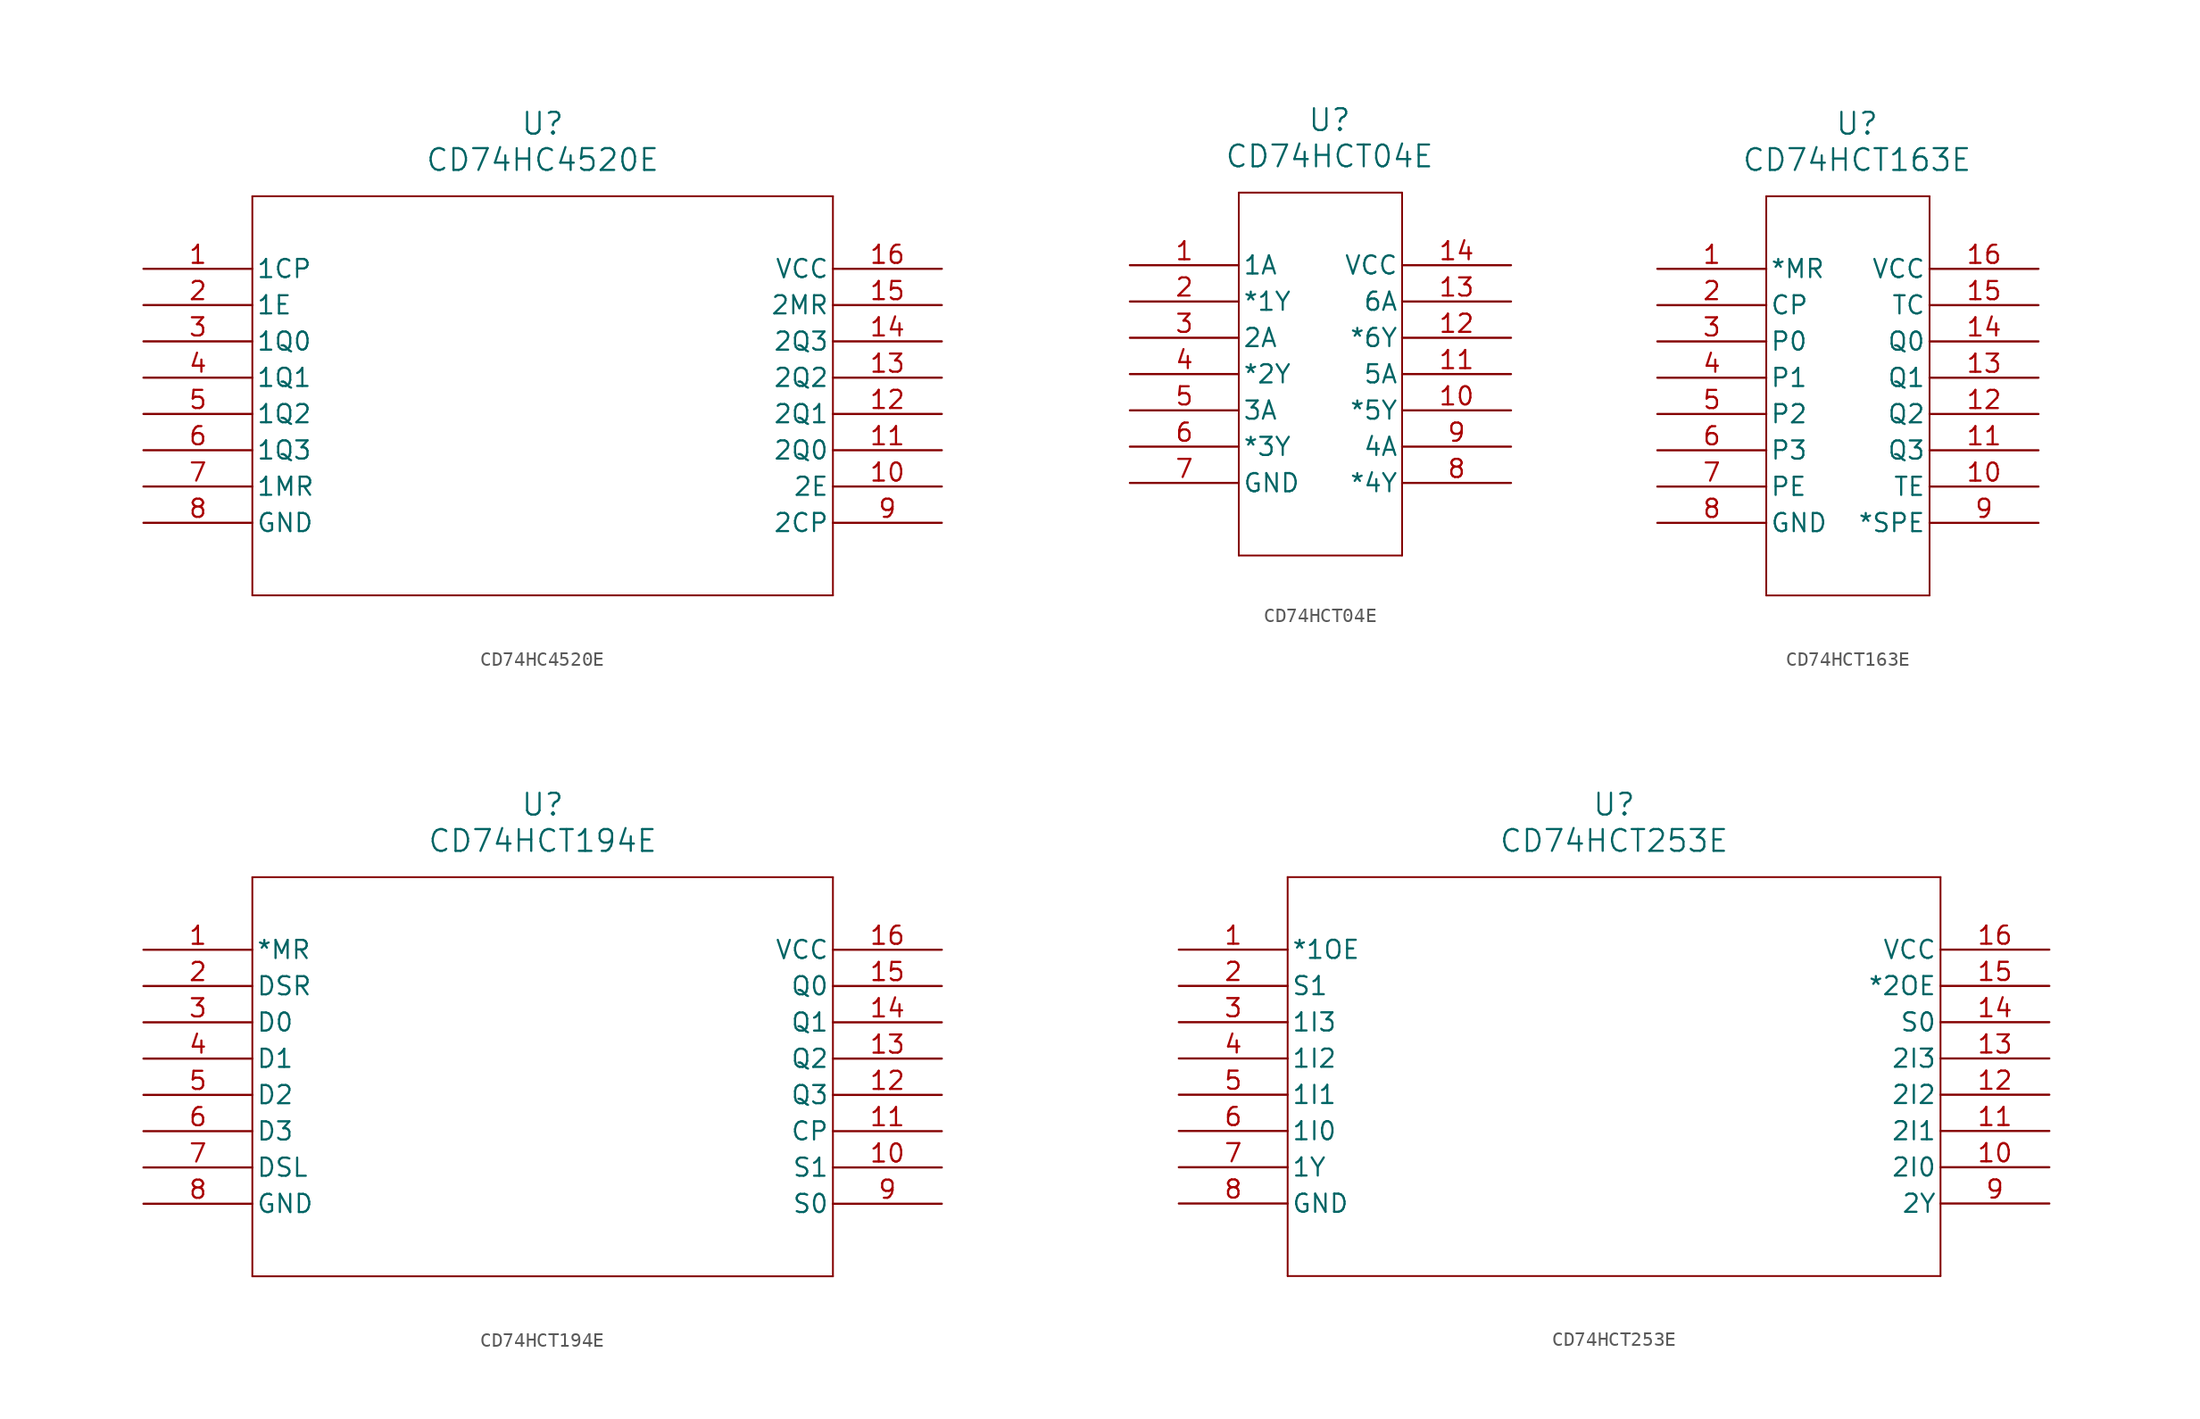
<source format=kicad_sym>
(kicad_symbol_lib
  (version 20231120)
  (generator "kicad_symbol_editor")
  (generator_version "8.0")
  (symbol "CD74HC4520E"
    (pin_names
      (offset 0.254))
    (property "Reference" "U"
      (at 27.94 10.16 0)
      (effects (font (size 1.524 1.524))))
    (property "Value" "CD74HC4520E"
      (at 27.94 7.62 0)
      (effects (font (size 1.524 1.524))))
    (property "ki_locked" ""
      (at 0 0 0)
      (effects (font (size 1.27 1.27))))
    (symbol "CD74HC4520E_1_1"
      (polyline (pts (xy 7.62 -22.86) (xy 48.26 -22.86)) (stroke (width 0.127) (type default)) (fill (type none)))
      (polyline (pts (xy 7.62 5.08) (xy 7.62 -22.86)) (stroke (width 0.127) (type default)) (fill (type none)))
      (polyline (pts (xy 48.26 -22.86) (xy 48.26 5.08)) (stroke (width 0.127) (type default)) (fill (type none)))
      (polyline (pts (xy 48.26 5.08) (xy 7.62 5.08)) (stroke (width 0.127) (type default)) (fill (type none)))
      (pin input line (at 0 0 0) (length 7.62) (name "1CP" (effects (font (size 1.27 1.27)))) (number "1" (effects (font (size 1.27 1.27)))))
      (pin input line (at 55.88 -15.24 180) (length 7.62) (name "2E" (effects (font (size 1.27 1.27)))) (number "10" (effects (font (size 1.27 1.27)))))
      (pin output line (at 55.88 -12.7 180) (length 7.62) (name "2Q0" (effects (font (size 1.27 1.27)))) (number "11" (effects (font (size 1.27 1.27)))))
      (pin output line (at 55.88 -10.16 180) (length 7.62) (name "2Q1" (effects (font (size 1.27 1.27)))) (number "12" (effects (font (size 1.27 1.27)))))
      (pin output line (at 55.88 -7.62 180) (length 7.62) (name "2Q2" (effects (font (size 1.27 1.27)))) (number "13" (effects (font (size 1.27 1.27)))))
      (pin output line (at 55.88 -5.08 180) (length 7.62) (name "2Q3" (effects (font (size 1.27 1.27)))) (number "14" (effects (font (size 1.27 1.27)))))
      (pin input line (at 55.88 -2.54 180) (length 7.62) (name "2MR" (effects (font (size 1.27 1.27)))) (number "15" (effects (font (size 1.27 1.27)))))
      (pin power_in line (at 55.88 0 180) (length 7.62) (name "VCC" (effects (font (size 1.27 1.27)))) (number "16" (effects (font (size 1.27 1.27)))))
      (pin input line (at 0 -2.54 0) (length 7.62) (name "1E" (effects (font (size 1.27 1.27)))) (number "2" (effects (font (size 1.27 1.27)))))
      (pin output line (at 0 -5.08 0) (length 7.62) (name "1Q0" (effects (font (size 1.27 1.27)))) (number "3" (effects (font (size 1.27 1.27)))))
      (pin output line (at 0 -7.62 0) (length 7.62) (name "1Q1" (effects (font (size 1.27 1.27)))) (number "4" (effects (font (size 1.27 1.27)))))
      (pin output line (at 0 -10.16 0) (length 7.62) (name "1Q2" (effects (font (size 1.27 1.27)))) (number "5" (effects (font (size 1.27 1.27)))))
      (pin output line (at 0 -12.7 0) (length 7.62) (name "1Q3" (effects (font (size 1.27 1.27)))) (number "6" (effects (font (size 1.27 1.27)))))
      (pin input line (at 0 -15.24 0) (length 7.62) (name "1MR" (effects (font (size 1.27 1.27)))) (number "7" (effects (font (size 1.27 1.27)))))
      (pin power_in line (at 0 -17.78 0) (length 7.62) (name "GND" (effects (font (size 1.27 1.27)))) (number "8" (effects (font (size 1.27 1.27)))))
      (pin input line (at 55.88 -17.78 180) (length 7.62) (name "2CP" (effects (font (size 1.27 1.27)))) (number "9" (effects (font (size 1.27 1.27)))))))
  (symbol "CD74HCT04E"
    (pin_names
      (offset 0.254))
    (property "Reference" "U"
      (at 27.94 10.16 0)
      (effects (font (size 1.524 1.524))))
    (property "Value" "CD74HCT04E"
      (at 27.94 7.62 0)
      (effects (font (size 1.524 1.524))))
    (property "ki_locked" ""
      (at 0 0 0)
      (effects (font (size 1.27 1.27))))
    (symbol "CD74HCT04E_0_1"
      (polyline (pts (xy 21.59 -20.32) (xy 33.02 -20.32)) (stroke (width 0.127) (type default)) (fill (type none)))
      (polyline (pts (xy 21.59 5.08) (xy 21.59 -20.32)) (stroke (width 0.127) (type default)) (fill (type none)))
      (polyline (pts (xy 33.02 -20.32) (xy 33.02 5.08)) (stroke (width 0.127) (type default)) (fill (type none)))
      (polyline (pts (xy 33.02 5.08) (xy 21.59 5.08)) (stroke (width 0.127) (type default)) (fill (type none)))
      (pin input line (at 13.97 0 0) (length 7.62) (name "1A" (effects (font (size 1.27 1.27)))) (number "1" (effects (font (size 1.27 1.27)))))
      (pin output line (at 40.64 -10.16 180) (length 7.62) (name "*5Y" (effects (font (size 1.27 1.27)))) (number "10" (effects (font (size 1.27 1.27)))))
      (pin input line (at 40.64 -7.62 180) (length 7.62) (name "5A" (effects (font (size 1.27 1.27)))) (number "11" (effects (font (size 1.27 1.27)))))
      (pin output line (at 40.64 -5.08 180) (length 7.62) (name "*6Y" (effects (font (size 1.27 1.27)))) (number "12" (effects (font (size 1.27 1.27)))))
      (pin input line (at 40.64 -2.54 180) (length 7.62) (name "6A" (effects (font (size 1.27 1.27)))) (number "13" (effects (font (size 1.27 1.27)))))
      (pin power_in line (at 40.64 0 180) (length 7.62) (name "VCC" (effects (font (size 1.27 1.27)))) (number "14" (effects (font (size 1.27 1.27)))))
      (pin output line (at 13.97 -2.54 0) (length 7.62) (name "*1Y" (effects (font (size 1.27 1.27)))) (number "2" (effects (font (size 1.27 1.27)))))
      (pin input line (at 13.97 -5.08 0) (length 7.62) (name "2A" (effects (font (size 1.27 1.27)))) (number "3" (effects (font (size 1.27 1.27)))))
      (pin output line (at 13.97 -7.62 0) (length 7.62) (name "*2Y" (effects (font (size 1.27 1.27)))) (number "4" (effects (font (size 1.27 1.27)))))
      (pin input line (at 13.97 -10.16 0) (length 7.62) (name "3A" (effects (font (size 1.27 1.27)))) (number "5" (effects (font (size 1.27 1.27)))))
      (pin output line (at 13.97 -12.7 0) (length 7.62) (name "*3Y" (effects (font (size 1.27 1.27)))) (number "6" (effects (font (size 1.27 1.27)))))
      (pin power_in line (at 13.97 -15.24 0) (length 7.62) (name "GND" (effects (font (size 1.27 1.27)))) (number "7" (effects (font (size 1.27 1.27)))))
      (pin output line (at 40.64 -15.24 180) (length 7.62) (name "*4Y" (effects (font (size 1.27 1.27)))) (number "8" (effects (font (size 1.27 1.27)))))
      (pin input line (at 40.64 -12.7 180) (length 7.62) (name "4A" (effects (font (size 1.27 1.27)))) (number "9" (effects (font (size 1.27 1.27)))))))
  (symbol "CD74HCT163E"
    (pin_names
      (offset 0.254))
    (property "Reference" "U"
      (at 27.94 10.16 0)
      (effects (font (size 1.524 1.524))))
    (property "Value" "CD74HCT163E"
      (at 27.94 7.62 0)
      (effects (font (size 1.524 1.524))))
    (property "ki_locked" ""
      (at 0 0 0)
      (effects (font (size 1.27 1.27))))
    (symbol "CD74HCT163E_0_1"
      (polyline (pts (xy 21.59 -22.86) (xy 33.02 -22.86)) (stroke (width 0.127) (type default)) (fill (type none)))
      (polyline (pts (xy 21.59 5.08) (xy 21.59 -22.86)) (stroke (width 0.127) (type default)) (fill (type none)))
      (polyline (pts (xy 33.02 -22.86) (xy 33.02 5.08)) (stroke (width 0.127) (type default)) (fill (type none)))
      (polyline (pts (xy 33.02 5.08) (xy 21.59 5.08)) (stroke (width 0.127) (type default)) (fill (type none)))
      (pin input line (at 13.97 0 0) (length 7.62) (name "*MR" (effects (font (size 1.27 1.27)))) (number "1" (effects (font (size 1.27 1.27)))))
      (pin input line (at 40.64 -15.24 180) (length 7.62) (name "TE" (effects (font (size 1.27 1.27)))) (number "10" (effects (font (size 1.27 1.27)))))
      (pin output line (at 40.64 -12.7 180) (length 7.62) (name "Q3" (effects (font (size 1.27 1.27)))) (number "11" (effects (font (size 1.27 1.27)))))
      (pin output line (at 40.64 -10.16 180) (length 7.62) (name "Q2" (effects (font (size 1.27 1.27)))) (number "12" (effects (font (size 1.27 1.27)))))
      (pin output line (at 40.64 -7.62 180) (length 7.62) (name "Q1" (effects (font (size 1.27 1.27)))) (number "13" (effects (font (size 1.27 1.27)))))
      (pin output line (at 40.64 -5.08 180) (length 7.62) (name "Q0" (effects (font (size 1.27 1.27)))) (number "14" (effects (font (size 1.27 1.27)))))
      (pin input line (at 40.64 -2.54 180) (length 7.62) (name "TC" (effects (font (size 1.27 1.27)))) (number "15" (effects (font (size 1.27 1.27)))))
      (pin power_in line (at 40.64 0 180) (length 7.62) (name "VCC" (effects (font (size 1.27 1.27)))) (number "16" (effects (font (size 1.27 1.27)))))
      (pin input line (at 13.97 -2.54 0) (length 7.62) (name "CP" (effects (font (size 1.27 1.27)))) (number "2" (effects (font (size 1.27 1.27)))))
      (pin input line (at 13.97 -5.08 0) (length 7.62) (name "P0" (effects (font (size 1.27 1.27)))) (number "3" (effects (font (size 1.27 1.27)))))
      (pin input line (at 13.97 -7.62 0) (length 7.62) (name "P1" (effects (font (size 1.27 1.27)))) (number "4" (effects (font (size 1.27 1.27)))))
      (pin input line (at 13.97 -10.16 0) (length 7.62) (name "P2" (effects (font (size 1.27 1.27)))) (number "5" (effects (font (size 1.27 1.27)))))
      (pin input line (at 13.97 -12.7 0) (length 7.62) (name "P3" (effects (font (size 1.27 1.27)))) (number "6" (effects (font (size 1.27 1.27)))))
      (pin input line (at 13.97 -15.24 0) (length 7.62) (name "PE" (effects (font (size 1.27 1.27)))) (number "7" (effects (font (size 1.27 1.27)))))
      (pin power_in line (at 13.97 -17.78 0) (length 7.62) (name "GND" (effects (font (size 1.27 1.27)))) (number "8" (effects (font (size 1.27 1.27)))))
      (pin input line (at 40.64 -17.78 180) (length 7.62) (name "*SPE" (effects (font (size 1.27 1.27)))) (number "9" (effects (font (size 1.27 1.27)))))))
  (symbol "CD74HCT194E"
    (pin_names
      (offset 0.254))
    (property "Reference" "U"
      (at 27.94 10.16 0)
      (effects (font (size 1.524 1.524))))
    (property "Value" "CD74HCT194E"
      (at 27.94 7.62 0)
      (effects (font (size 1.524 1.524))))
    (property "ki_locked" ""
      (at 0 0 0)
      (effects (font (size 1.27 1.27))))
    (symbol "CD74HCT194E_1_1"
      (polyline (pts (xy 7.62 -22.86) (xy 48.26 -22.86)) (stroke (width 0.127) (type default)) (fill (type none)))
      (polyline (pts (xy 7.62 5.08) (xy 7.62 -22.86)) (stroke (width 0.127) (type default)) (fill (type none)))
      (polyline (pts (xy 48.26 -22.86) (xy 48.26 5.08)) (stroke (width 0.127) (type default)) (fill (type none)))
      (polyline (pts (xy 48.26 5.08) (xy 7.62 5.08)) (stroke (width 0.127) (type default)) (fill (type none)))
      (pin input line (at 0 0 0) (length 7.62) (name "*MR" (effects (font (size 1.27 1.27)))) (number "1" (effects (font (size 1.27 1.27)))))
      (pin input line (at 55.88 -15.24 180) (length 7.62) (name "S1" (effects (font (size 1.27 1.27)))) (number "10" (effects (font (size 1.27 1.27)))))
      (pin input line (at 55.88 -12.7 180) (length 7.62) (name "CP" (effects (font (size 1.27 1.27)))) (number "11" (effects (font (size 1.27 1.27)))))
      (pin output line (at 55.88 -10.16 180) (length 7.62) (name "Q3" (effects (font (size 1.27 1.27)))) (number "12" (effects (font (size 1.27 1.27)))))
      (pin output line (at 55.88 -7.62 180) (length 7.62) (name "Q2" (effects (font (size 1.27 1.27)))) (number "13" (effects (font (size 1.27 1.27)))))
      (pin output line (at 55.88 -5.08 180) (length 7.62) (name "Q1" (effects (font (size 1.27 1.27)))) (number "14" (effects (font (size 1.27 1.27)))))
      (pin output line (at 55.88 -2.54 180) (length 7.62) (name "Q0" (effects (font (size 1.27 1.27)))) (number "15" (effects (font (size 1.27 1.27)))))
      (pin power_in line (at 55.88 0 180) (length 7.62) (name "VCC" (effects (font (size 1.27 1.27)))) (number "16" (effects (font (size 1.27 1.27)))))
      (pin input line (at 0 -2.54 0) (length 7.62) (name "DSR" (effects (font (size 1.27 1.27)))) (number "2" (effects (font (size 1.27 1.27)))))
      (pin input line (at 0 -5.08 0) (length 7.62) (name "D0" (effects (font (size 1.27 1.27)))) (number "3" (effects (font (size 1.27 1.27)))))
      (pin input line (at 0 -7.62 0) (length 7.62) (name "D1" (effects (font (size 1.27 1.27)))) (number "4" (effects (font (size 1.27 1.27)))))
      (pin input line (at 0 -10.16 0) (length 7.62) (name "D2" (effects (font (size 1.27 1.27)))) (number "5" (effects (font (size 1.27 1.27)))))
      (pin input line (at 0 -12.7 0) (length 7.62) (name "D3" (effects (font (size 1.27 1.27)))) (number "6" (effects (font (size 1.27 1.27)))))
      (pin input line (at 0 -15.24 0) (length 7.62) (name "DSL" (effects (font (size 1.27 1.27)))) (number "7" (effects (font (size 1.27 1.27)))))
      (pin power_in line (at 0 -17.78 0) (length 7.62) (name "GND" (effects (font (size 1.27 1.27)))) (number "8" (effects (font (size 1.27 1.27)))))
      (pin input line (at 55.88 -17.78 180) (length 7.62) (name "S0" (effects (font (size 1.27 1.27)))) (number "9" (effects (font (size 1.27 1.27)))))))
  (symbol "CD74HCT253E"
    (pin_names
      (offset 0.254))
    (property "Reference" "U"
      (at 30.48 10.16 0)
      (effects (font (size 1.524 1.524))))
    (property "Value" "CD74HCT253E"
      (at 30.48 7.62 0)
      (effects (font (size 1.524 1.524))))
    (property "ki_locked" ""
      (at 0 0 0)
      (effects (font (size 1.27 1.27))))
    (symbol "CD74HCT253E_1_1"
      (polyline (pts (xy 7.62 -22.86) (xy 53.34 -22.86)) (stroke (width 0.127) (type default)) (fill (type none)))
      (polyline (pts (xy 7.62 5.08) (xy 7.62 -22.86)) (stroke (width 0.127) (type default)) (fill (type none)))
      (polyline (pts (xy 53.34 -22.86) (xy 53.34 5.08)) (stroke (width 0.127) (type default)) (fill (type none)))
      (polyline (pts (xy 53.34 5.08) (xy 7.62 5.08)) (stroke (width 0.127) (type default)) (fill (type none)))
      (pin input line (at 0 0 0) (length 7.62) (name "*1OE" (effects (font (size 1.27 1.27)))) (number "1" (effects (font (size 1.27 1.27)))))
      (pin input line (at 60.96 -15.24 180) (length 7.62) (name "2I0" (effects (font (size 1.27 1.27)))) (number "10" (effects (font (size 1.27 1.27)))))
      (pin input line (at 60.96 -12.7 180) (length 7.62) (name "2I1" (effects (font (size 1.27 1.27)))) (number "11" (effects (font (size 1.27 1.27)))))
      (pin input line (at 60.96 -10.16 180) (length 7.62) (name "2I2" (effects (font (size 1.27 1.27)))) (number "12" (effects (font (size 1.27 1.27)))))
      (pin input line (at 60.96 -7.62 180) (length 7.62) (name "2I3" (effects (font (size 1.27 1.27)))) (number "13" (effects (font (size 1.27 1.27)))))
      (pin input line (at 60.96 -5.08 180) (length 7.62) (name "S0" (effects (font (size 1.27 1.27)))) (number "14" (effects (font (size 1.27 1.27)))))
      (pin input line (at 60.96 -2.54 180) (length 7.62) (name "*2OE" (effects (font (size 1.27 1.27)))) (number "15" (effects (font (size 1.27 1.27)))))
      (pin power_in line (at 60.96 0 180) (length 7.62) (name "VCC" (effects (font (size 1.27 1.27)))) (number "16" (effects (font (size 1.27 1.27)))))
      (pin input line (at 0 -2.54 0) (length 7.62) (name "S1" (effects (font (size 1.27 1.27)))) (number "2" (effects (font (size 1.27 1.27)))))
      (pin input line (at 0 -5.08 0) (length 7.62) (name "1I3" (effects (font (size 1.27 1.27)))) (number "3" (effects (font (size 1.27 1.27)))))
      (pin input line (at 0 -7.62 0) (length 7.62) (name "1I2" (effects (font (size 1.27 1.27)))) (number "4" (effects (font (size 1.27 1.27)))))
      (pin input line (at 0 -10.16 0) (length 7.62) (name "1I1" (effects (font (size 1.27 1.27)))) (number "5" (effects (font (size 1.27 1.27)))))
      (pin input line (at 0 -12.7 0) (length 7.62) (name "1I0" (effects (font (size 1.27 1.27)))) (number "6" (effects (font (size 1.27 1.27)))))
      (pin output line (at 0 -15.24 0) (length 7.62) (name "1Y" (effects (font (size 1.27 1.27)))) (number "7" (effects (font (size 1.27 1.27)))))
      (pin power_in line (at 0 -17.78 0) (length 7.62) (name "GND" (effects (font (size 1.27 1.27)))) (number "8" (effects (font (size 1.27 1.27)))))
      (pin output line (at 60.96 -17.78 180) (length 7.62) (name "2Y" (effects (font (size 1.27 1.27)))) (number "9" (effects (font (size 1.27 1.27))))))))
</source>
